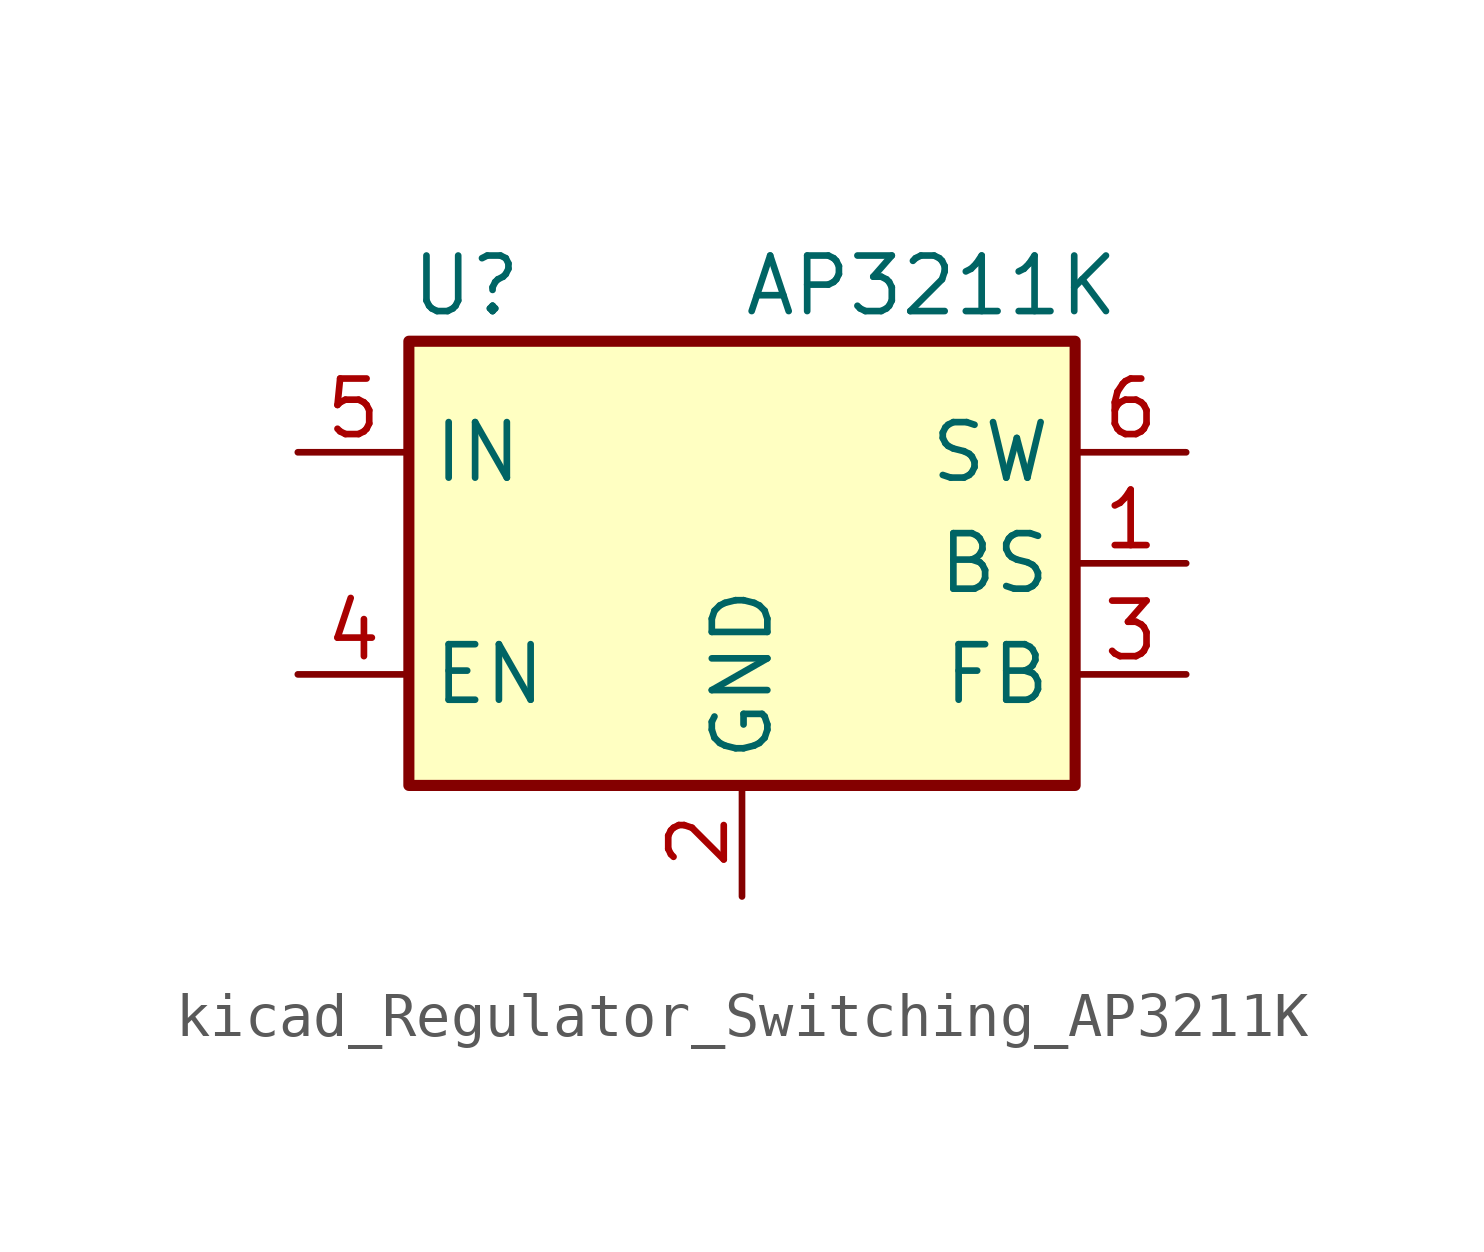
<source format=kicad_sym>
(kicad_symbol_lib
  (version 20220914)
  (generator kicad_symbol_editor)
  (symbol "kicad_Regulator_Switching_AP3211K"
    (property "Reference" "U"
      (at -7.62 6.35 0)
      (effects (font (size 1.27 1.27)) (justify left)))
    (property "Value" "AP3211K"
      (at 0 6.35 0)
      (effects (font (size 1.27 1.27)) (justify left)))
    (symbol "kicad_Regulator_Switching_AP3211K_0_1"
      (rectangle (start -7.62 5.08) (end 7.62 -5.08) (stroke (width 0.254) (type default)) (fill (type background))))
    (symbol "kicad_Regulator_Switching_AP3211K_1_1"
      (pin passive line (at 10.16 0 180) (length 2.54) (name "BS" (effects (font (size 1.27 1.27)))) (number "1" (effects (font (size 1.27 1.27)))))
      (pin power_in line (at 0 -7.62 90) (length 2.54) (name "GND" (effects (font (size 1.27 1.27)))) (number "2" (effects (font (size 1.27 1.27)))))
      (pin input line (at 10.16 -2.54 180) (length 2.54) (name "FB" (effects (font (size 1.27 1.27)))) (number "3" (effects (font (size 1.27 1.27)))))
      (pin input line (at -10.16 -2.54 0) (length 2.54) (name "EN" (effects (font (size 1.27 1.27)))) (number "4" (effects (font (size 1.27 1.27)))))
      (pin power_in line (at -10.16 2.54 0) (length 2.54) (name "IN" (effects (font (size 1.27 1.27)))) (number "5" (effects (font (size 1.27 1.27)))))
      (pin passive line (at 10.16 2.54 180) (length 2.54) (name "SW" (effects (font (size 1.27 1.27)))) (number "6" (effects (font (size 1.27 1.27))))))))
</source>
